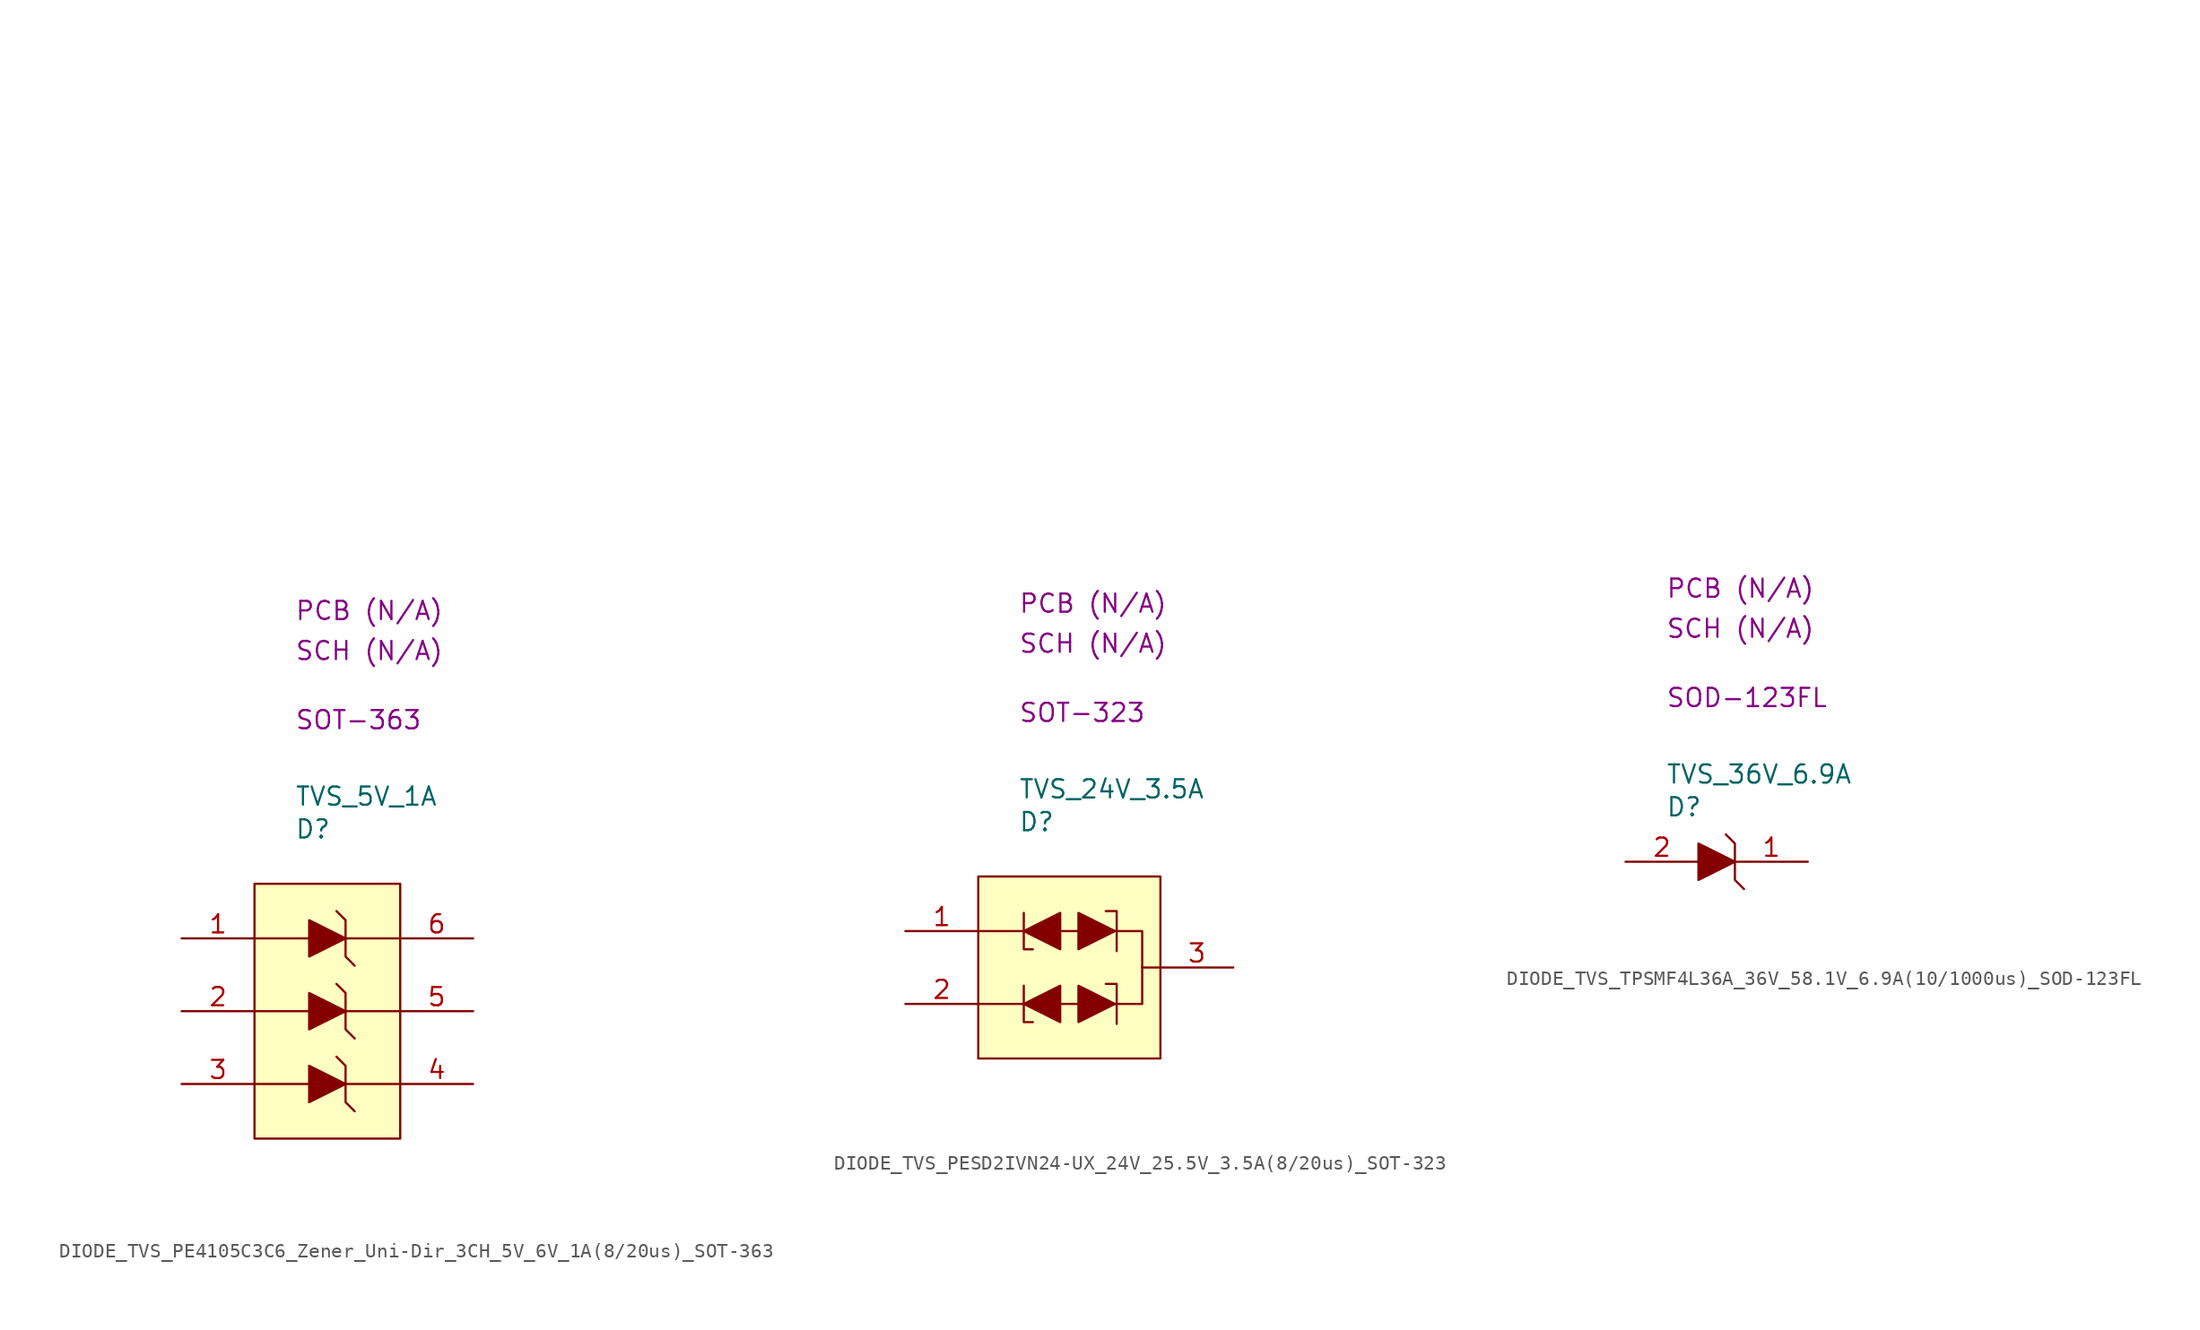
<source format=kicad_sym>
(kicad_symbol_lib
  (version 20231120)
  (generator "kicad_symbol_editor")
  (generator_version "8.0")
  (symbol "DIODE_TVS_PE4105C3C6_Zener_Uni-Dir_3CH_5V_6V_1A(8/20us)_SOT-363"
    (property "Reference" "D"
      (at 2.794 3.81 0)
      (effects (font (size 1.27 1.27)) (justify left)))
    (property "Value" "TVS_5V_1A"
      (at 2.794 6.096 0)
      (effects (font (size 1.27 1.27)) (justify left)))
    (property "Package" "SOT-363"
      (at 2.794 11.43 0)
      (effects (font (size 1.27 1.27)) (justify left)))
    (property "SCH CHECK" "SCH (N/A)"
      (at 2.794 16.256 0)
      (effects (font (size 1.27 1.27)) (justify left)))
    (property "PCB CHECk" "PCB (N/A)"
      (at 2.794 19.05 0)
      (effects (font (size 1.27 1.27)) (justify left)))
    (symbol "DIODE_TVS_PE4105C3C6_Zener_Uni-Dir_3CH_5V_6V_1A(8/20us)_SOT-363_0_1"
      (polyline private (pts (xy 2.54 2.54) (xy 27.94 2.54)) (stroke (width 0) (type default)) (fill (type none)))
      (polyline private (pts (xy 2.54 5.08) (xy 27.94 5.08)) (stroke (width 0) (type default)) (fill (type none)))
      (polyline private (pts (xy 2.54 7.62) (xy 27.94 7.62)) (stroke (width 0) (type default)) (fill (type none)))
      (polyline private (pts (xy 2.54 10.16) (xy 27.94 10.16)) (stroke (width 0) (type default)) (fill (type none)))
      (polyline private (pts (xy 2.54 12.7) (xy 27.94 12.7)) (stroke (width 0) (type default)) (fill (type none)))
      (polyline private (pts (xy 2.54 15.24) (xy 27.94 15.24)) (stroke (width 0) (type default)) (fill (type none)))
      (polyline private (pts (xy 2.54 17.78) (xy 27.94 17.78)) (stroke (width 0) (type default)) (fill (type none)))
      (polyline private (pts (xy 2.54 20.32) (xy 27.94 20.32)) (stroke (width 0) (type default)) (fill (type none)))
      (polyline private (pts (xy 2.54 22.86) (xy 27.94 22.86)) (stroke (width 0) (type default)) (fill (type none)))
      (polyline private (pts (xy 2.54 25.4) (xy 27.94 25.4)) (stroke (width 0) (type default)) (fill (type none)))
      (polyline private (pts (xy 2.54 27.94) (xy 27.94 27.94)) (stroke (width 0) (type default)) (fill (type none)))
      (polyline private (pts (xy 2.54 30.48) (xy 27.94 30.48)) (stroke (width 0) (type default)) (fill (type none)))
      (polyline private (pts (xy 2.54 33.02) (xy 27.94 33.02)) (stroke (width 0) (type default)) (fill (type none)))
      (polyline private (pts (xy 2.54 35.56) (xy 27.94 35.56)) (stroke (width 0) (type default)) (fill (type none)))
      (polyline private (pts (xy 2.54 38.1) (xy 27.94 38.1)) (stroke (width 0) (type default)) (fill (type none)))
      (polyline private (pts (xy 2.54 40.64) (xy 27.94 40.64)) (stroke (width 0) (type default)) (fill (type none)))
      (polyline private (pts (xy 2.54 43.18) (xy 27.94 43.18)) (stroke (width 0) (type default)) (fill (type none)))
      (polyline private (pts (xy 2.54 45.72) (xy 27.94 45.72)) (stroke (width 0) (type default)) (fill (type none)))
      (polyline private (pts (xy 2.54 48.26) (xy 27.94 48.26)) (stroke (width 0) (type default)) (fill (type none)))
      (polyline private (pts (xy 2.54 50.8) (xy 27.94 50.8)) (stroke (width 0) (type default)) (fill (type none)))
      (polyline (pts (xy 5.715 -12.065) (xy 6.35 -12.7) (xy 6.35 -15.24) (xy 6.985 -15.875)) (stroke (width 0) (type default)) (fill (type none)))
      (polyline (pts (xy 5.715 -6.985) (xy 6.35 -7.62) (xy 6.35 -10.16) (xy 6.985 -10.795)) (stroke (width 0) (type default)) (fill (type none)))
      (polyline (pts (xy 5.715 -1.905) (xy 6.35 -2.54) (xy 6.35 -5.08) (xy 6.985 -5.715)) (stroke (width 0) (type default)) (fill (type none))))
    (symbol "DIODE_TVS_PE4105C3C6_Zener_Uni-Dir_3CH_5V_6V_1A(8/20us)_SOT-363_1_1"
      (polyline (pts (xy 10.16 -13.97) (xy 0 -13.97)) (stroke (width 0) (type default)) (fill (type none)))
      (polyline (pts (xy 10.16 -8.89) (xy 0 -8.89)) (stroke (width 0) (type default)) (fill (type none)))
      (polyline (pts (xy 10.16 -3.81) (xy 0 -3.81)) (stroke (width 0) (type default)) (fill (type none)))
      (polyline (pts (xy 3.81 -12.7) (xy 3.81 -15.24) (xy 6.35 -13.97) (xy 3.81 -12.7)) (stroke (width 0) (type default)) (fill (type outline)))
      (polyline (pts (xy 3.81 -7.62) (xy 3.81 -10.16) (xy 6.35 -8.89) (xy 3.81 -7.62)) (stroke (width 0) (type default)) (fill (type outline)))
      (polyline (pts (xy 3.81 -2.54) (xy 3.81 -5.08) (xy 6.35 -3.81) (xy 3.81 -2.54)) (stroke (width 0) (type default)) (fill (type outline)))
      (rectangle (start 0 0) (end 10.16 -17.78) (stroke (width 0) (type default)) (fill (type background)))
      (pin passive line (at -5.08 -3.81 0) (length 5.08) (name "" (effects (font (size 1.27 1.27)))) (number "1" (effects (font (size 1.27 1.27)))))
      (pin passive line (at -5.08 -8.89 0) (length 5.08) (name "" (effects (font (size 1.27 1.27)))) (number "2" (effects (font (size 1.27 1.27)))))
      (pin passive line (at -5.08 -13.97 0) (length 5.08) (name "" (effects (font (size 1.27 1.27)))) (number "3" (effects (font (size 1.27 1.27)))))
      (pin passive line (at 15.24 -13.97 180) (length 5.08) (name "" (effects (font (size 1.27 1.27)))) (number "4" (effects (font (size 1.27 1.27)))))
      (pin passive line (at 15.24 -8.89 180) (length 5.08) (name "" (effects (font (size 1.27 1.27)))) (number "5" (effects (font (size 1.27 1.27)))))
      (pin passive line (at 15.24 -3.81 180) (length 5.08) (name "" (effects (font (size 1.27 1.27)))) (number "6" (effects (font (size 1.27 1.27)))))))
  (symbol "DIODE_TVS_PESD2IVN24-UX_24V_25.5V_3.5A(8/20us)_SOT-323"
    (property "Reference" "D"
      (at 2.794 3.81 0)
      (effects (font (size 1.27 1.27)) (justify left)))
    (property "Value" "TVS_24V_3.5A"
      (at 2.794 6.096 0)
      (effects (font (size 1.27 1.27)) (justify left)))
    (property "Package" "SOT-323"
      (at 2.794 11.43 0)
      (effects (font (size 1.27 1.27)) (justify left)))
    (property "SCH CHECK" "SCH (N/A)"
      (at 2.794 16.256 0)
      (effects (font (size 1.27 1.27)) (justify left)))
    (property "PCB CHECk" "PCB (N/A)"
      (at 2.794 19.05 0)
      (effects (font (size 1.27 1.27)) (justify left)))
    (symbol "DIODE_TVS_PESD2IVN24-UX_24V_25.5V_3.5A(8/20us)_SOT-323_0_1"
      (polyline private (pts (xy 2.54 2.54) (xy 27.94 2.54)) (stroke (width 0) (type default)) (fill (type none)))
      (polyline private (pts (xy 2.54 5.08) (xy 27.94 5.08)) (stroke (width 0) (type default)) (fill (type none)))
      (polyline private (pts (xy 2.54 7.62) (xy 27.94 7.62)) (stroke (width 0) (type default)) (fill (type none)))
      (polyline private (pts (xy 2.54 10.16) (xy 27.94 10.16)) (stroke (width 0) (type default)) (fill (type none)))
      (polyline private (pts (xy 2.54 12.7) (xy 27.94 12.7)) (stroke (width 0) (type default)) (fill (type none)))
      (polyline private (pts (xy 2.54 15.24) (xy 27.94 15.24)) (stroke (width 0) (type default)) (fill (type none)))
      (polyline private (pts (xy 2.54 17.78) (xy 27.94 17.78)) (stroke (width 0) (type default)) (fill (type none)))
      (polyline private (pts (xy 2.54 20.32) (xy 27.94 20.32)) (stroke (width 0) (type default)) (fill (type none)))
      (polyline private (pts (xy 2.54 22.86) (xy 27.94 22.86)) (stroke (width 0) (type default)) (fill (type none)))
      (polyline private (pts (xy 2.54 25.4) (xy 27.94 25.4)) (stroke (width 0) (type default)) (fill (type none)))
      (polyline private (pts (xy 2.54 27.94) (xy 27.94 27.94)) (stroke (width 0) (type default)) (fill (type none)))
      (polyline private (pts (xy 2.54 30.48) (xy 27.94 30.48)) (stroke (width 0) (type default)) (fill (type none)))
      (polyline private (pts (xy 2.54 33.02) (xy 27.94 33.02)) (stroke (width 0) (type default)) (fill (type none)))
      (polyline private (pts (xy 2.54 35.56) (xy 27.94 35.56)) (stroke (width 0) (type default)) (fill (type none)))
      (polyline private (pts (xy 2.54 38.1) (xy 27.94 38.1)) (stroke (width 0) (type default)) (fill (type none)))
      (polyline private (pts (xy 2.54 40.64) (xy 27.94 40.64)) (stroke (width 0) (type default)) (fill (type none)))
      (polyline private (pts (xy 2.54 43.18) (xy 27.94 43.18)) (stroke (width 0) (type default)) (fill (type none)))
      (polyline private (pts (xy 2.54 45.72) (xy 27.94 45.72)) (stroke (width 0) (type default)) (fill (type none)))
      (polyline private (pts (xy 2.54 48.26) (xy 27.94 48.26)) (stroke (width 0) (type default)) (fill (type none)))
      (polyline private (pts (xy 2.54 50.8) (xy 27.94 50.8)) (stroke (width 0) (type default)) (fill (type none))))
    (symbol "DIODE_TVS_PESD2IVN24-UX_24V_25.5V_3.5A(8/20us)_SOT-323_1_1"
      (polyline (pts (xy 3.175 -8.89) (xy 0 -8.89)) (stroke (width 0) (type default)) (fill (type none)))
      (polyline (pts (xy 3.175 -3.81) (xy 0 -3.81)) (stroke (width 0) (type default)) (fill (type none)))
      (polyline (pts (xy 5.715 -8.89) (xy 6.985 -8.89)) (stroke (width 0) (type default)) (fill (type none)))
      (polyline (pts (xy 5.715 -3.81) (xy 6.985 -3.81)) (stroke (width 0) (type default)) (fill (type none)))
      (polyline (pts (xy 11.43 -6.35) (xy 12.7 -6.35)) (stroke (width 0) (type default)) (fill (type none)))
      (polyline (pts (xy 3.175 -7.62) (xy 3.175 -10.16) (xy 3.81 -10.16)) (stroke (width 0) (type default)) (fill (type none)))
      (polyline (pts (xy 3.175 -2.54) (xy 3.175 -5.08) (xy 3.81 -5.08)) (stroke (width 0) (type default)) (fill (type none)))
      (polyline (pts (xy 9.652 -10.287) (xy 9.652 -7.493) (xy 8.89 -7.493)) (stroke (width 0) (type default)) (fill (type none)))
      (polyline (pts (xy 9.652 -5.207) (xy 9.652 -2.413) (xy 8.89 -2.413)) (stroke (width 0) (type default)) (fill (type none)))
      (polyline (pts (xy 5.715 -10.16) (xy 5.715 -7.62) (xy 3.175 -8.89) (xy 5.715 -10.16)) (stroke (width 0) (type default)) (fill (type outline)))
      (polyline (pts (xy 5.715 -5.08) (xy 5.715 -2.54) (xy 3.175 -3.81) (xy 5.715 -5.08)) (stroke (width 0) (type default)) (fill (type outline)))
      (polyline (pts (xy 6.985 -7.62) (xy 6.985 -10.16) (xy 9.525 -8.89) (xy 6.985 -7.62)) (stroke (width 0) (type default)) (fill (type outline)))
      (polyline (pts (xy 6.985 -2.54) (xy 6.985 -5.08) (xy 9.525 -3.81) (xy 6.985 -2.54)) (stroke (width 0) (type default)) (fill (type outline)))
      (polyline (pts (xy 9.525 -3.81) (xy 11.43 -3.81) (xy 11.43 -8.89) (xy 9.525 -8.89)) (stroke (width 0) (type default)) (fill (type none)))
      (rectangle (start 0 0) (end 12.7 -12.7) (stroke (width 0) (type default)) (fill (type background)))
      (pin passive line (at -5.08 -3.81 0) (length 5.08) (name "" (effects (font (size 1.27 1.27)))) (number "1" (effects (font (size 1.27 1.27)))))
      (pin passive line (at -5.08 -8.89 0) (length 5.08) (name "" (effects (font (size 1.27 1.27)))) (number "2" (effects (font (size 1.27 1.27)))))
      (pin passive line (at 17.78 -6.35 180) (length 5.08) (name "" (effects (font (size 1.27 1.27)))) (number "3" (effects (font (size 1.27 1.27)))))))
  (symbol "DIODE_TVS_TPSMF4L36A_36V_58.1V_6.9A(10/1000us)_SOD-123FL"
    (property "Reference" "D"
      (at 2.794 3.81 0)
      (effects (font (size 1.27 1.27)) (justify left)))
    (property "Value" "TVS_36V_6.9A"
      (at 2.794 6.096 0)
      (effects (font (size 1.27 1.27)) (justify left)))
    (property "Package" "SOD-123FL"
      (at 2.794 11.43 0)
      (effects (font (size 1.27 1.27)) (justify left)))
    (property "SCH CHECK" "SCH (N/A)"
      (at 2.794 16.256 0)
      (effects (font (size 1.27 1.27)) (justify left)))
    (property "PCB CHECk" "PCB (N/A)"
      (at 2.794 19.05 0)
      (effects (font (size 1.27 1.27)) (justify left)))
    (symbol "DIODE_TVS_TPSMF4L36A_36V_58.1V_6.9A(10/1000us)_SOD-123FL_0_1"
      (polyline private (pts (xy 2.54 2.54) (xy 27.94 2.54)) (stroke (width 0) (type default)) (fill (type none)))
      (polyline private (pts (xy 2.54 5.08) (xy 27.94 5.08)) (stroke (width 0) (type default)) (fill (type none)))
      (polyline private (pts (xy 2.54 7.62) (xy 27.94 7.62)) (stroke (width 0) (type default)) (fill (type none)))
      (polyline private (pts (xy 2.54 10.16) (xy 27.94 10.16)) (stroke (width 0) (type default)) (fill (type none)))
      (polyline private (pts (xy 2.54 12.7) (xy 27.94 12.7)) (stroke (width 0) (type default)) (fill (type none)))
      (polyline private (pts (xy 2.54 15.24) (xy 27.94 15.24)) (stroke (width 0) (type default)) (fill (type none)))
      (polyline private (pts (xy 2.54 17.78) (xy 27.94 17.78)) (stroke (width 0) (type default)) (fill (type none)))
      (polyline private (pts (xy 2.54 20.32) (xy 27.94 20.32)) (stroke (width 0) (type default)) (fill (type none)))
      (polyline private (pts (xy 2.54 22.86) (xy 27.94 22.86)) (stroke (width 0) (type default)) (fill (type none)))
      (polyline private (pts (xy 2.54 25.4) (xy 27.94 25.4)) (stroke (width 0) (type default)) (fill (type none)))
      (polyline private (pts (xy 2.54 27.94) (xy 27.94 27.94)) (stroke (width 0) (type default)) (fill (type none)))
      (polyline private (pts (xy 2.54 30.48) (xy 27.94 30.48)) (stroke (width 0) (type default)) (fill (type none)))
      (polyline private (pts (xy 2.54 33.02) (xy 27.94 33.02)) (stroke (width 0) (type default)) (fill (type none)))
      (polyline private (pts (xy 2.54 35.56) (xy 27.94 35.56)) (stroke (width 0) (type default)) (fill (type none)))
      (polyline private (pts (xy 2.54 38.1) (xy 27.94 38.1)) (stroke (width 0) (type default)) (fill (type none)))
      (polyline private (pts (xy 2.54 40.64) (xy 27.94 40.64)) (stroke (width 0) (type default)) (fill (type none)))
      (polyline private (pts (xy 2.54 43.18) (xy 27.94 43.18)) (stroke (width 0) (type default)) (fill (type none)))
      (polyline private (pts (xy 2.54 45.72) (xy 27.94 45.72)) (stroke (width 0) (type default)) (fill (type none)))
      (polyline private (pts (xy 2.54 48.26) (xy 27.94 48.26)) (stroke (width 0) (type default)) (fill (type none)))
      (polyline private (pts (xy 2.54 50.8) (xy 27.94 50.8)) (stroke (width 0) (type default)) (fill (type none)))
      (polyline (pts (xy 6.985 1.905) (xy 7.62 1.27) (xy 7.62 -1.27) (xy 8.255 -1.905)) (stroke (width 0) (type default)) (fill (type none))))
    (symbol "DIODE_TVS_TPSMF4L36A_36V_58.1V_6.9A(10/1000us)_SOD-123FL_1_1"
      (polyline (pts (xy 5.08 1.27) (xy 5.08 -1.27) (xy 7.62 0) (xy 5.08 1.27)) (stroke (width 0) (type default)) (fill (type outline)))
      (pin passive line (at 12.7 0 180) (length 5.08) (name "" (effects (font (size 1.27 1.27)))) (number "1" (effects (font (size 1.27 1.27)))))
      (pin passive line (at 0 0 0) (length 5.08) (name "" (effects (font (size 1.27 1.27)))) (number "2" (effects (font (size 1.27 1.27))))))))
</source>
